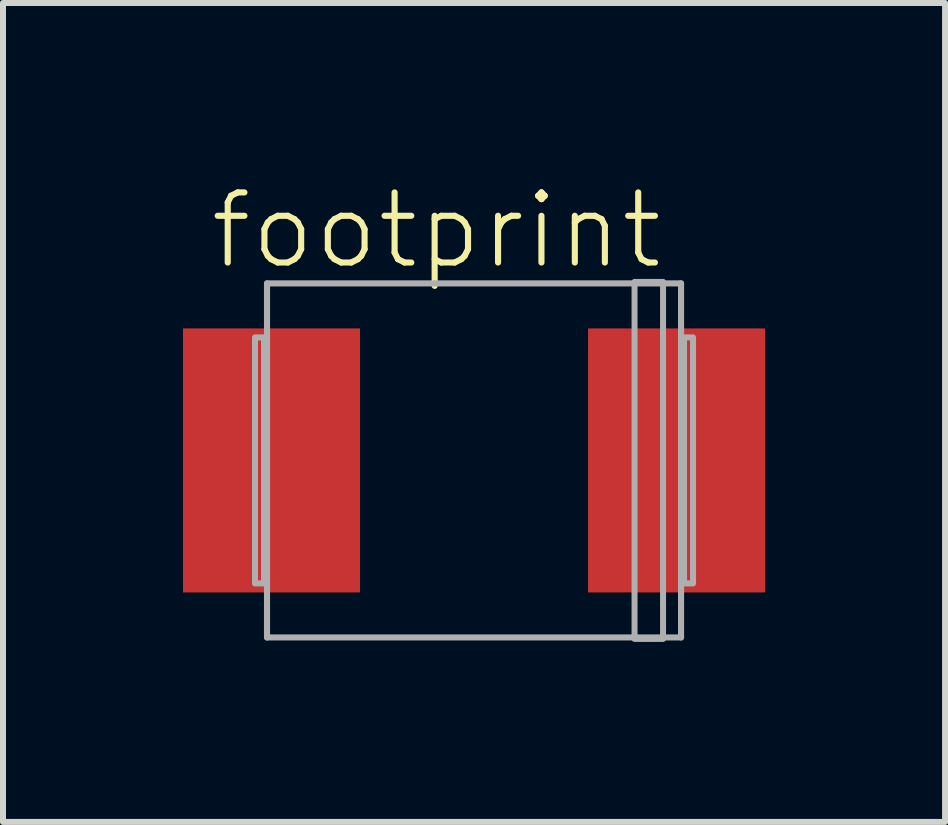
<source format=kicad_pcb>
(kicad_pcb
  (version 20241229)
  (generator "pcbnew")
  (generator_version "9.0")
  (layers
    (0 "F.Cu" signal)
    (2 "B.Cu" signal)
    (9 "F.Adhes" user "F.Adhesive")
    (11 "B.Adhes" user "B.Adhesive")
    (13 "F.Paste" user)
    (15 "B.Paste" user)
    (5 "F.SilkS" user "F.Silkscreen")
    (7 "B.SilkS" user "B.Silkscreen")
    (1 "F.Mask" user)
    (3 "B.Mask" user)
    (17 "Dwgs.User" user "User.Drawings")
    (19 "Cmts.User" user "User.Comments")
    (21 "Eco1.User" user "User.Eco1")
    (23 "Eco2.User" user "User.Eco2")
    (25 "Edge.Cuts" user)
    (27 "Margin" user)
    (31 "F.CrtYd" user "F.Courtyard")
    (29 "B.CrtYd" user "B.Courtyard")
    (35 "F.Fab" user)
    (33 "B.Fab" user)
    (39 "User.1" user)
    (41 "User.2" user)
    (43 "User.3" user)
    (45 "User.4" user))
  (footprint "footprint"
    (layer "F.Cu")
    (at 4.85 4.623)
    (property "Reference" "footprint" (at -4.45 -3.15 0) (layer "F.SilkS") (effects (font (size 1.168 1.168) (thickness 0.102)) (justify left bottom)))
    (fp_line (start -3.45 -2.95) (end 3.45 -2.95) (stroke (width 0.102) (type solid)) (layer "F.Fab"))
    (fp_line (start -3.45 2.95) (end -3.45 -2.95) (stroke (width 0.102) (type solid)) (layer "F.Fab"))
    (fp_line (start 3.45 -2.95) (end 3.45 2.95) (stroke (width 0.102) (type solid)) (layer "F.Fab"))
    (fp_line (start 3.45 2.95) (end -3.45 2.95) (stroke (width 0.102) (type solid)) (layer "F.Fab"))
    (fp_poly (pts (xy -3.65 2.05) (xy -3.5 2.05) (xy -3.5 -2.05) (xy -3.65 -2.05)) (stroke (width 0.1) (type solid)) (fill no) (layer "F.Fab"))
    (fp_poly (pts (xy 2.675 2.975) (xy 3.15 2.975) (xy 3.15 -2.975) (xy 2.675 -2.975)) (stroke (width 0.1) (type solid)) (fill no) (layer "F.Fab"))
    (fp_poly (pts (xy 3.5 2.05) (xy 3.65 2.05) (xy 3.65 -2.05) (xy 3.5 -2.05)) (stroke (width 0.1) (type solid)) (fill no) (layer "F.Fab"))
    (pad "+" smd rect (at 3.375 0) (size 2.95 4.4) (layers "F.Cu" "F.Mask" "F.Paste"))
    (pad "-" smd rect (at -3.375 0) (size 2.95 4.4) (layers "F.Cu" "F.Mask" "F.Paste")))
  (gr_rect
    (start -3 -3)
    (end 12.7 10.648)
    (stroke (width 0.1) (type default))
    (fill no)
    (layer "Edge.Cuts")))
</source>
